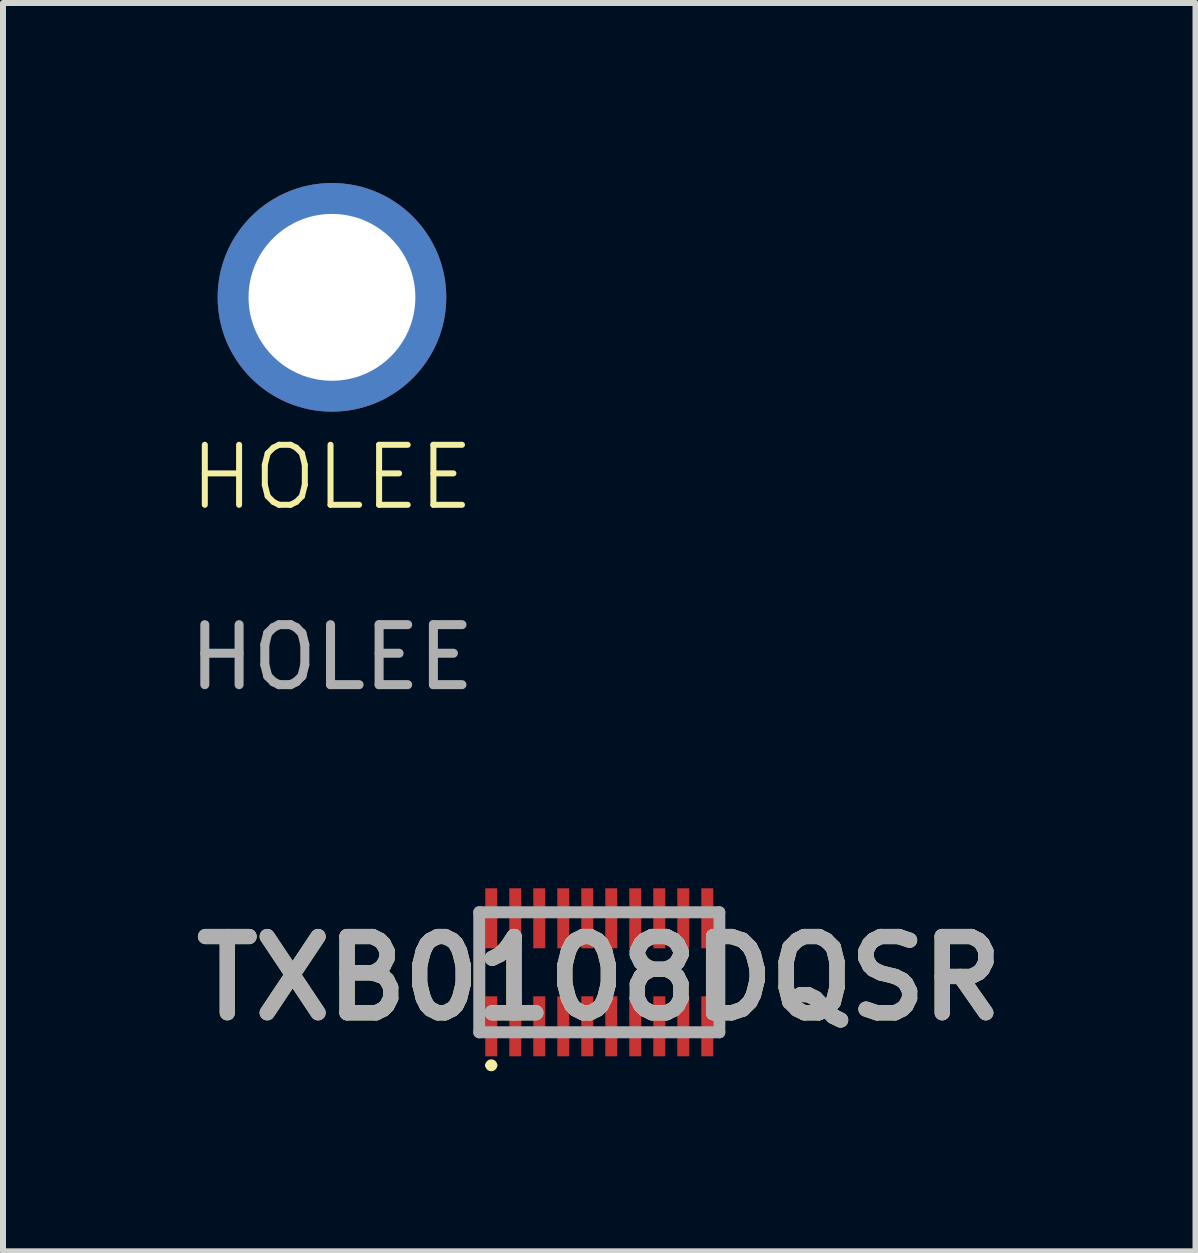
<source format=kicad_pcb>
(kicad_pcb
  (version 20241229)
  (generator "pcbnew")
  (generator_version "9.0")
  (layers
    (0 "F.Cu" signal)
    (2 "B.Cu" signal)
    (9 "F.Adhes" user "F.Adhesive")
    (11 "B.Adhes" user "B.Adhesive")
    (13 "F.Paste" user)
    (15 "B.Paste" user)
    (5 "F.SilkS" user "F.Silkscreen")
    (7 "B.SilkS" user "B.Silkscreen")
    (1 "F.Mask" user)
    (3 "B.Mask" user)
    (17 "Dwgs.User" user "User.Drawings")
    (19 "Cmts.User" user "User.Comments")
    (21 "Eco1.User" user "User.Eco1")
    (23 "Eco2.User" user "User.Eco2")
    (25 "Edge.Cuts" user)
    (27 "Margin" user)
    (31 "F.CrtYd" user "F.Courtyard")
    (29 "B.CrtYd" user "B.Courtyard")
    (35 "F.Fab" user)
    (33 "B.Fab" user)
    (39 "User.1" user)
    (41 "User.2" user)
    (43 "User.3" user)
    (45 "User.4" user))
  (footprint "TXB0108DQSR"
    (layer "F.Cu")
    (at 6.937 13.153)
    (property "Reference" "TXB0108DQSR" (at 0 0.1 0) (layer "F.SilkS") (effects (font (size 1.27 1.27) (thickness 0.254))))
    (attr smd)
    (fp_line (start -2 -0.3) (end -2 0.2) (stroke (width 0.1) (type solid)) (layer "F.SilkS"))
    (fp_line (start -1.85 1.55) (end -1.85 1.55) (stroke (width 0.1) (type solid)) (layer "F.SilkS"))
    (fp_line (start -1.75 1.55) (end -1.75 1.55) (stroke (width 0.1) (type solid)) (layer "F.SilkS"))
    (fp_line (start 2 -0.3) (end 2 0.3) (stroke (width 0.1) (type solid)) (layer "F.SilkS"))
    (fp_arc (start -1.85 1.55) (mid -1.8 1.5) (end -1.75 1.55) (stroke (width 0.1) (type solid)) (layer "F.SilkS"))
    (fp_arc (start -1.75 1.55) (mid -1.8 1.6) (end -1.85 1.55) (stroke (width 0.1) (type solid)) (layer "F.SilkS"))
    (fp_line (start -2 -1) (end 2 -1) (stroke (width 0.2) (type solid)) (layer "F.Fab"))
    (fp_line (start -2 1) (end -2 -1) (stroke (width 0.2) (type solid)) (layer "F.Fab"))
    (fp_line (start 2 -1) (end 2 1) (stroke (width 0.2) (type solid)) (layer "F.Fab"))
    (fp_line (start 2 1) (end -2 1) (stroke (width 0.2) (type solid)) (layer "F.Fab"))
    (fp_text user "${REFERENCE}" (at 0 0.1 0) (layer "F.Fab") (effects (font (size 1.27 1.27) (thickness 0.254))))
    (pad "1" smd rect (at -1.8 0.9) (size 0.2 1) (layers "F.Cu" "F.Mask" "F.Paste"))
    (pad "2" smd rect (at -1.4 0.9) (size 0.2 1) (layers "F.Cu" "F.Mask" "F.Paste"))
    (pad "3" smd rect (at -1 0.9) (size 0.2 1) (layers "F.Cu" "F.Mask" "F.Paste"))
    (pad "4" smd rect (at -0.6 0.9) (size 0.2 1) (layers "F.Cu" "F.Mask" "F.Paste"))
    (pad "5" smd rect (at -0.2 0.9) (size 0.2 1) (layers "F.Cu" "F.Mask" "F.Paste"))
    (pad "6" smd rect (at 0.2 0.9) (size 0.2 1) (layers "F.Cu" "F.Mask" "F.Paste"))
    (pad "7" smd rect (at 0.6 0.9) (size 0.2 1) (layers "F.Cu" "F.Mask" "F.Paste"))
    (pad "8" smd rect (at 1 0.9) (size 0.2 1) (layers "F.Cu" "F.Mask" "F.Paste"))
    (pad "9" smd rect (at 1.4 0.9) (size 0.2 1) (layers "F.Cu" "F.Mask" "F.Paste"))
    (pad "10" smd rect (at 1.8 0.9) (size 0.2 1) (layers "F.Cu" "F.Mask" "F.Paste"))
    (pad "11" smd rect (at 1.8 -0.9) (size 0.2 1) (layers "F.Cu" "F.Mask" "F.Paste"))
    (pad "12" smd rect (at 1.4 -0.9) (size 0.2 1) (layers "F.Cu" "F.Mask" "F.Paste"))
    (pad "13" smd rect (at 1 -0.9) (size 0.2 1) (layers "F.Cu" "F.Mask" "F.Paste"))
    (pad "14" smd rect (at 0.6 -0.9) (size 0.2 1) (layers "F.Cu" "F.Mask" "F.Paste"))
    (pad "15" smd rect (at 0.2 -0.9) (size 0.2 1) (layers "F.Cu" "F.Mask" "F.Paste"))
    (pad "16" smd rect (at -0.2 -0.9) (size 0.2 1) (layers "F.Cu" "F.Mask" "F.Paste"))
    (pad "17" smd rect (at -0.6 -0.9) (size 0.2 1) (layers "F.Cu" "F.Mask" "F.Paste"))
    (pad "18" smd rect (at -1 -0.9) (size 0.2 1) (layers "F.Cu" "F.Mask" "F.Paste"))
    (pad "19" smd rect (at -1.4 -0.9) (size 0.2 1) (layers "F.Cu" "F.Mask" "F.Paste"))
    (pad "20" smd rect (at -1.8 -0.9) (size 0.2 1) (layers "F.Cu" "F.Mask" "F.Paste")))
  (footprint "HOLEE"
    (layer "F.Cu")
    (at 2.482 5.405)
    (property "Reference" "HOLEE" (at 0 -0.5 0) (unlocked yes) (layer "F.SilkS") (effects (font (size 1 1) (thickness 0.1))))
    (attr through_hole)
    (fp_text user "${REFERENCE}" (at 0 2.5 0) (unlocked yes) (layer "F.Fab") (effects (font (size 1 1) (thickness 0.15))))
    (pad "" thru_hole circle (at 0 -3.5) (size 3.81 3.81) (drill 2.78) (layers "*.Cu" "*.Mask")))
  (gr_rect
    (start -3 -3)
    (end 16.873 17.803)
    (stroke (width 0.1) (type default))
    (fill no)
    (layer "Edge.Cuts")))
</source>
